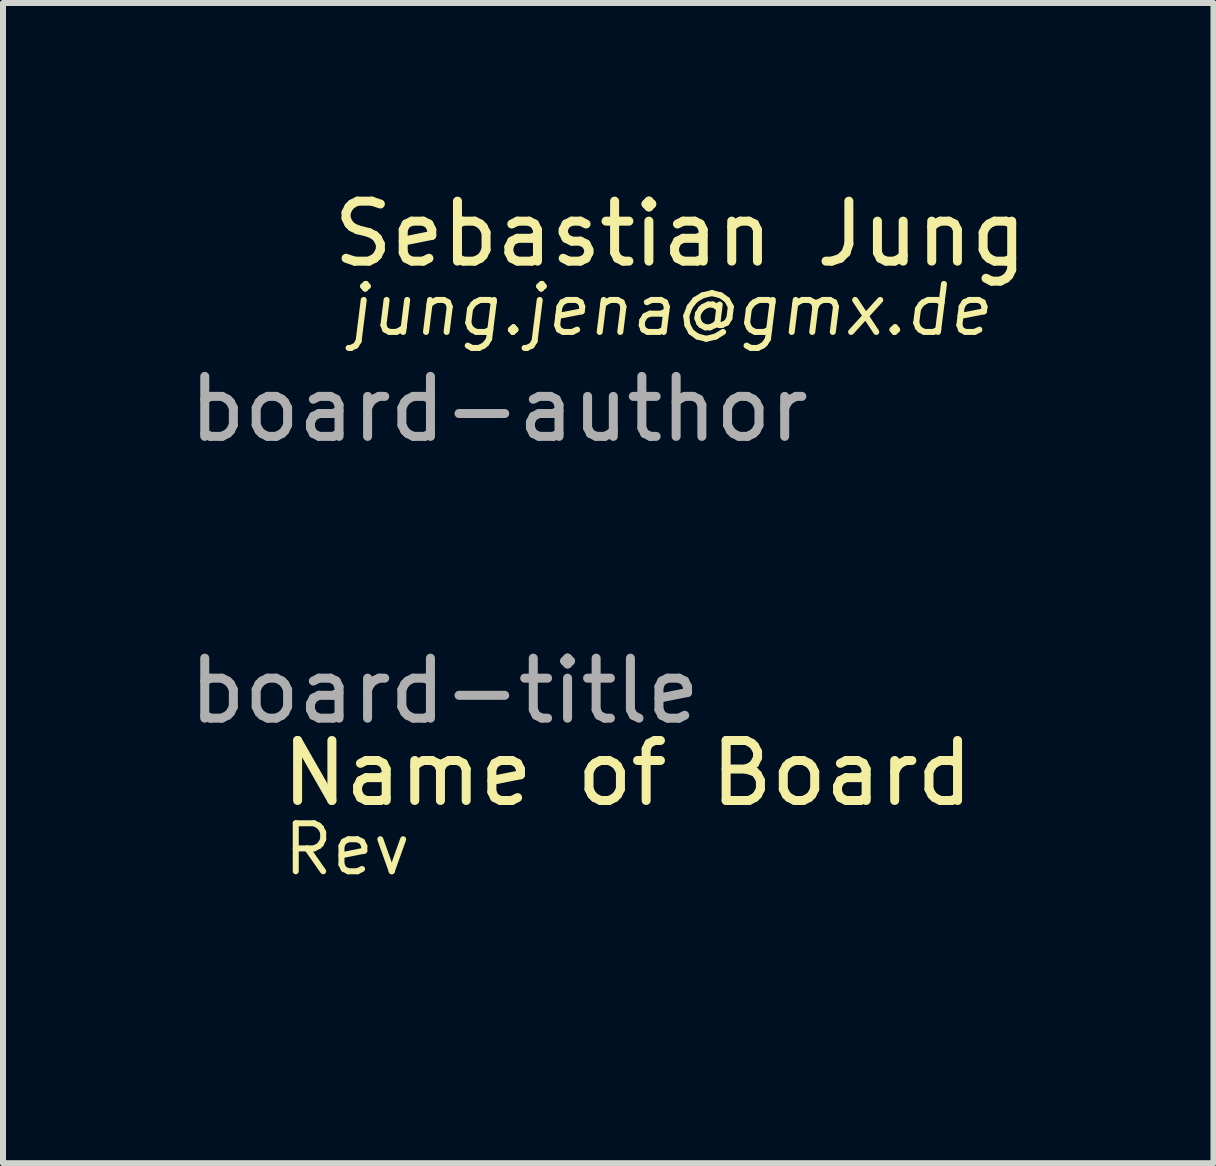
<source format=kicad_pcb>
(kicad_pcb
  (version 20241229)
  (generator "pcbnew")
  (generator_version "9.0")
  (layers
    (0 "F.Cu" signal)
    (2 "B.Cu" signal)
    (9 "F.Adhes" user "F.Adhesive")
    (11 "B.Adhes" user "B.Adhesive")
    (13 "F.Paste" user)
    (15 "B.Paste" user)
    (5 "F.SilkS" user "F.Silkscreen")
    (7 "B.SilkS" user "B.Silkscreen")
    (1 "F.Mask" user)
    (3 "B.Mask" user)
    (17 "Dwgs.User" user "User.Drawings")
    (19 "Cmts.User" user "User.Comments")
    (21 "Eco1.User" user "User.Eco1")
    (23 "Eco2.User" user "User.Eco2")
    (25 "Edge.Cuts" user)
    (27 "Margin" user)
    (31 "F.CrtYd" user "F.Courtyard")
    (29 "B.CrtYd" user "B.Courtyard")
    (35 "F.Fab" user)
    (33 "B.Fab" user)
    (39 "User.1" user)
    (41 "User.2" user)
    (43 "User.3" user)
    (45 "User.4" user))
  (footprint "board-author"
    (layer "F.Cu")
    (at 5.598 3.21)
    (property "Reference" "board-author" (at -0.33 0.559 180) (layer "F.Fab") (effects (font (size 1 1) (thickness 0.15))))
    (attr through_hole)
    (fp_text user "Sebastian Jung" (at 2.692 -2.362 0) (layer "F.SilkS") (effects (font (size 1 1) (thickness 0.15))))
    (fp_text user "jung.jena@gmx.de" (at 2.515 -1.092 0) (layer "F.SilkS") (effects (font (size 0.8 0.8) (thickness 0.1) (italic yes)))))
  (footprint "board-title"
    (layer "F.Cu")
    (at 6.293 13.089)
    (property "Reference" "board-title" (at -1.93 -4.623 0) (layer "F.Fab") (effects (font (size 1 1) (thickness 0.15))))
    (attr through_hole)
    (fp_text user "Name of Board" (at 1.118 -3.251 0) (layer "F.SilkS") (effects (font (size 1 1) (thickness 0.15))))
    (fp_text user "Rev" (at -3.556 -1.981 0) (layer "F.SilkS") (effects (font (size 0.8 0.8) (thickness 0.1)))))
  (gr_rect
    (start -3 -3)
    (end 17.177 16.339)
    (stroke (width 0.1) (type default))
    (fill no)
    (layer "Edge.Cuts")))
</source>
